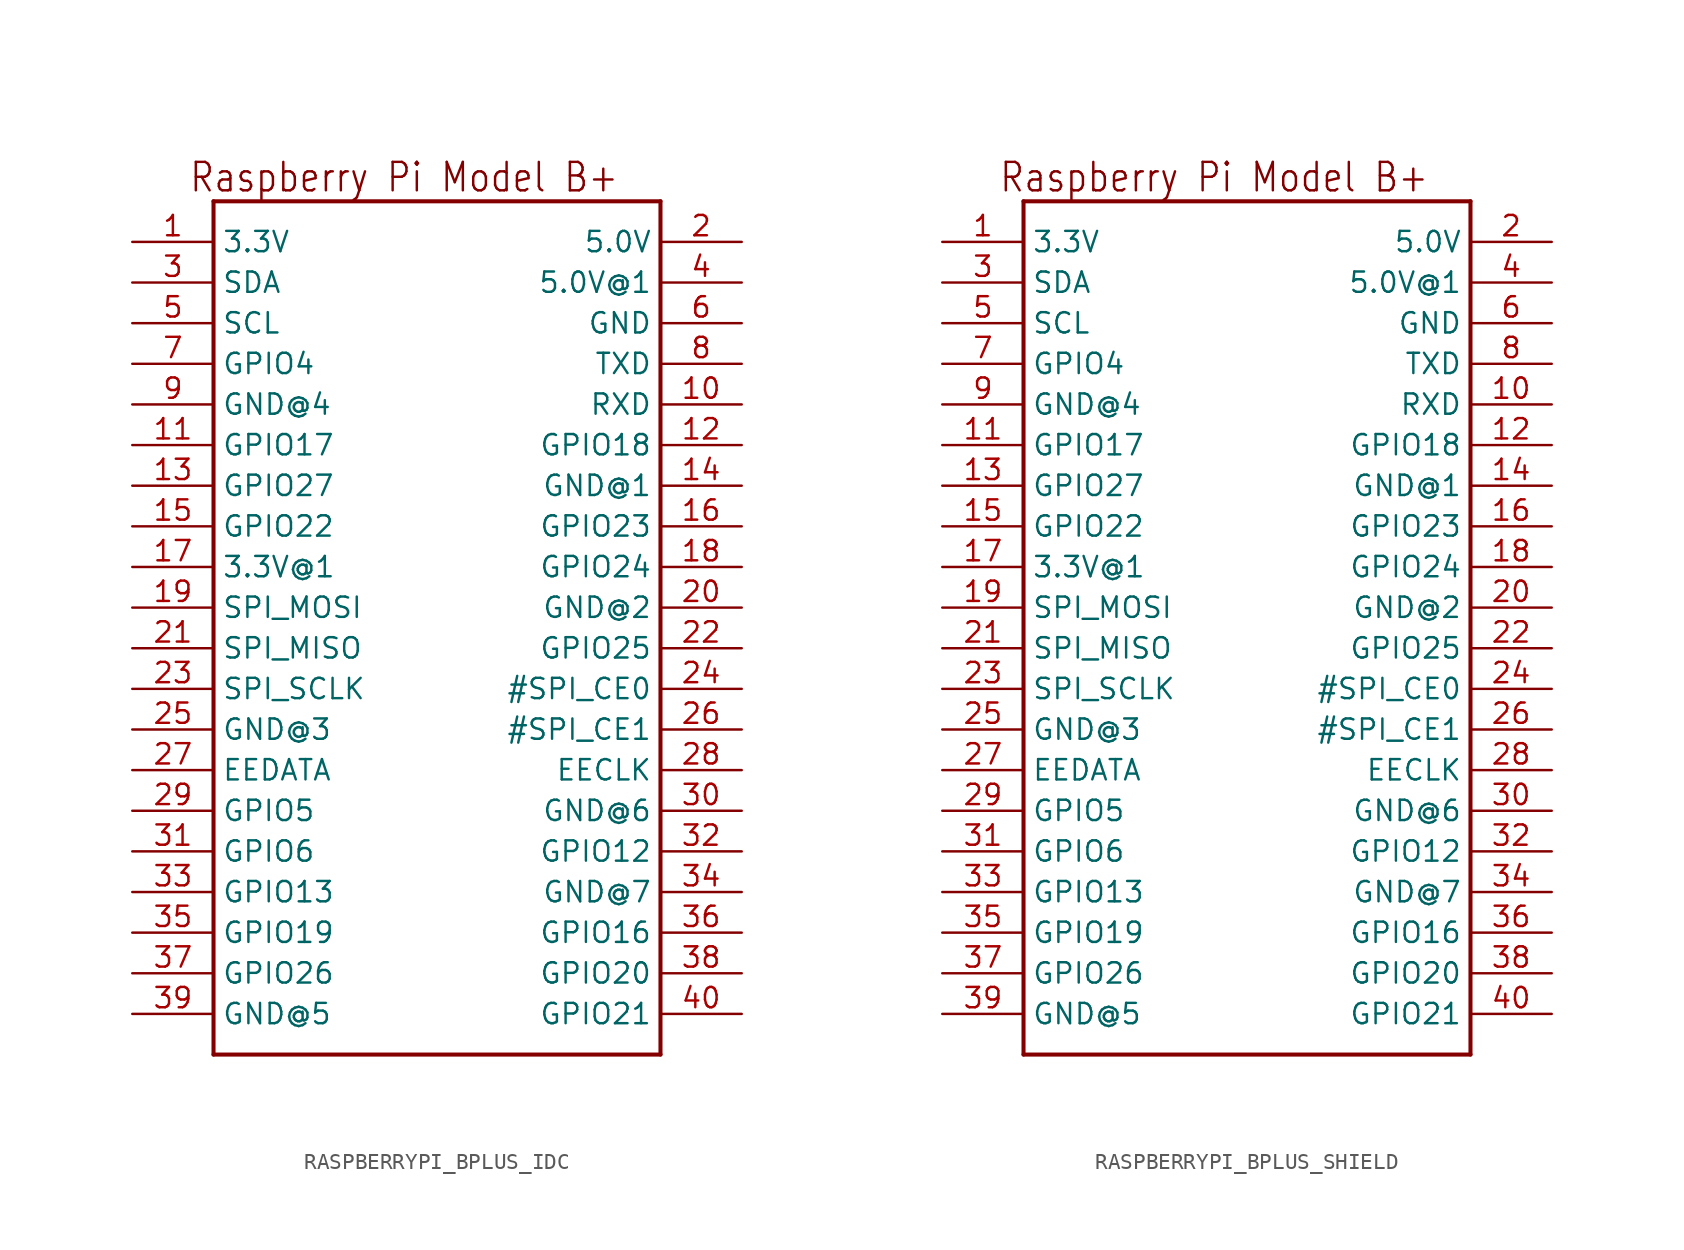
<source format=kicad_sym>
(kicad_symbol_lib
  (version 20220914)
  (generator kicad_symbol_editor)
  (symbol "RASPBERRYPI_BPLUS_IDC"
    (property "Reference" "RPI"
      (at 0 0 0)
      (effects (font (size 1.27 1.27)) hide))
    (property "ki_locked" ""
      (at 0 0 0)
      (effects (font (size 1.27 1.27))))
    (symbol "RASPBERRYPI_BPLUS_IDC_1_0"
      (polyline (pts (xy -12.7 -30.48) (xy -12.7 22.86)) (stroke (width 0.254) (type solid)) (fill (type none)))
      (polyline (pts (xy -12.7 22.86) (xy 15.24 22.86)) (stroke (width 0.254) (type solid)) (fill (type none)))
      (polyline (pts (xy 15.24 -30.48) (xy -12.7 -30.48)) (stroke (width 0.254) (type solid)) (fill (type none)))
      (polyline (pts (xy 15.24 22.86) (xy 15.24 -30.48)) (stroke (width 0.254) (type solid)) (fill (type none)))
      (text "Raspberry Pi Model B+" (at 12.7 25.4 0) (effects (font (size 1.778 1.511)) (justify right top)))
      (pin power_in line (at -17.78 20.32 0) (length 5.08) (name "3.3V" (effects (font (size 1.27 1.27)))) (number "1" (effects (font (size 1.27 1.27)))))
      (pin bidirectional line (at 20.32 10.16 180) (length 5.08) (name "RXD" (effects (font (size 1.27 1.27)))) (number "10" (effects (font (size 1.27 1.27)))))
      (pin bidirectional line (at -17.78 7.62 0) (length 5.08) (name "GPIO17" (effects (font (size 1.27 1.27)))) (number "11" (effects (font (size 1.27 1.27)))))
      (pin bidirectional line (at 20.32 7.62 180) (length 5.08) (name "GPIO18" (effects (font (size 1.27 1.27)))) (number "12" (effects (font (size 1.27 1.27)))))
      (pin bidirectional line (at -17.78 5.08 0) (length 5.08) (name "GPIO27" (effects (font (size 1.27 1.27)))) (number "13" (effects (font (size 1.27 1.27)))))
      (pin power_in line (at 20.32 5.08 180) (length 5.08) (name "GND@1" (effects (font (size 1.27 1.27)))) (number "14" (effects (font (size 1.27 1.27)))))
      (pin bidirectional line (at -17.78 2.54 0) (length 5.08) (name "GPIO22" (effects (font (size 1.27 1.27)))) (number "15" (effects (font (size 1.27 1.27)))))
      (pin bidirectional line (at 20.32 2.54 180) (length 5.08) (name "GPIO23" (effects (font (size 1.27 1.27)))) (number "16" (effects (font (size 1.27 1.27)))))
      (pin power_in line (at -17.78 0 0) (length 5.08) (name "3.3V@1" (effects (font (size 1.27 1.27)))) (number "17" (effects (font (size 1.27 1.27)))))
      (pin bidirectional line (at 20.32 0 180) (length 5.08) (name "GPIO24" (effects (font (size 1.27 1.27)))) (number "18" (effects (font (size 1.27 1.27)))))
      (pin bidirectional line (at -17.78 -2.54 0) (length 5.08) (name "SPI_MOSI" (effects (font (size 1.27 1.27)))) (number "19" (effects (font (size 1.27 1.27)))))
      (pin power_in line (at 20.32 20.32 180) (length 5.08) (name "5.0V" (effects (font (size 1.27 1.27)))) (number "2" (effects (font (size 1.27 1.27)))))
      (pin power_in line (at 20.32 -2.54 180) (length 5.08) (name "GND@2" (effects (font (size 1.27 1.27)))) (number "20" (effects (font (size 1.27 1.27)))))
      (pin bidirectional line (at -17.78 -5.08 0) (length 5.08) (name "SPI_MISO" (effects (font (size 1.27 1.27)))) (number "21" (effects (font (size 1.27 1.27)))))
      (pin bidirectional line (at 20.32 -5.08 180) (length 5.08) (name "GPIO25" (effects (font (size 1.27 1.27)))) (number "22" (effects (font (size 1.27 1.27)))))
      (pin bidirectional line (at -17.78 -7.62 0) (length 5.08) (name "SPI_SCLK" (effects (font (size 1.27 1.27)))) (number "23" (effects (font (size 1.27 1.27)))))
      (pin bidirectional line (at 20.32 -7.62 180) (length 5.08) (name "#SPI_CE0" (effects (font (size 1.27 1.27)))) (number "24" (effects (font (size 1.27 1.27)))))
      (pin power_in line (at -17.78 -10.16 0) (length 5.08) (name "GND@3" (effects (font (size 1.27 1.27)))) (number "25" (effects (font (size 1.27 1.27)))))
      (pin bidirectional line (at 20.32 -10.16 180) (length 5.08) (name "#SPI_CE1" (effects (font (size 1.27 1.27)))) (number "26" (effects (font (size 1.27 1.27)))))
      (pin bidirectional line (at -17.78 -12.7 0) (length 5.08) (name "EEDATA" (effects (font (size 1.27 1.27)))) (number "27" (effects (font (size 1.27 1.27)))))
      (pin bidirectional line (at 20.32 -12.7 180) (length 5.08) (name "EECLK" (effects (font (size 1.27 1.27)))) (number "28" (effects (font (size 1.27 1.27)))))
      (pin bidirectional line (at -17.78 -15.24 0) (length 5.08) (name "GPIO5" (effects (font (size 1.27 1.27)))) (number "29" (effects (font (size 1.27 1.27)))))
      (pin bidirectional line (at -17.78 17.78 0) (length 5.08) (name "SDA" (effects (font (size 1.27 1.27)))) (number "3" (effects (font (size 1.27 1.27)))))
      (pin power_in line (at 20.32 -15.24 180) (length 5.08) (name "GND@6" (effects (font (size 1.27 1.27)))) (number "30" (effects (font (size 1.27 1.27)))))
      (pin bidirectional line (at -17.78 -17.78 0) (length 5.08) (name "GPIO6" (effects (font (size 1.27 1.27)))) (number "31" (effects (font (size 1.27 1.27)))))
      (pin bidirectional line (at 20.32 -17.78 180) (length 5.08) (name "GPIO12" (effects (font (size 1.27 1.27)))) (number "32" (effects (font (size 1.27 1.27)))))
      (pin bidirectional line (at -17.78 -20.32 0) (length 5.08) (name "GPIO13" (effects (font (size 1.27 1.27)))) (number "33" (effects (font (size 1.27 1.27)))))
      (pin power_in line (at 20.32 -20.32 180) (length 5.08) (name "GND@7" (effects (font (size 1.27 1.27)))) (number "34" (effects (font (size 1.27 1.27)))))
      (pin bidirectional line (at -17.78 -22.86 0) (length 5.08) (name "GPIO19" (effects (font (size 1.27 1.27)))) (number "35" (effects (font (size 1.27 1.27)))))
      (pin bidirectional line (at 20.32 -22.86 180) (length 5.08) (name "GPIO16" (effects (font (size 1.27 1.27)))) (number "36" (effects (font (size 1.27 1.27)))))
      (pin bidirectional line (at -17.78 -25.4 0) (length 5.08) (name "GPIO26" (effects (font (size 1.27 1.27)))) (number "37" (effects (font (size 1.27 1.27)))))
      (pin bidirectional line (at 20.32 -25.4 180) (length 5.08) (name "GPIO20" (effects (font (size 1.27 1.27)))) (number "38" (effects (font (size 1.27 1.27)))))
      (pin power_in line (at -17.78 -27.94 0) (length 5.08) (name "GND@5" (effects (font (size 1.27 1.27)))) (number "39" (effects (font (size 1.27 1.27)))))
      (pin power_in line (at 20.32 17.78 180) (length 5.08) (name "5.0V@1" (effects (font (size 1.27 1.27)))) (number "4" (effects (font (size 1.27 1.27)))))
      (pin bidirectional line (at 20.32 -27.94 180) (length 5.08) (name "GPIO21" (effects (font (size 1.27 1.27)))) (number "40" (effects (font (size 1.27 1.27)))))
      (pin bidirectional line (at -17.78 15.24 0) (length 5.08) (name "SCL" (effects (font (size 1.27 1.27)))) (number "5" (effects (font (size 1.27 1.27)))))
      (pin power_in line (at 20.32 15.24 180) (length 5.08) (name "GND" (effects (font (size 1.27 1.27)))) (number "6" (effects (font (size 1.27 1.27)))))
      (pin bidirectional line (at -17.78 12.7 0) (length 5.08) (name "GPIO4" (effects (font (size 1.27 1.27)))) (number "7" (effects (font (size 1.27 1.27)))))
      (pin bidirectional line (at 20.32 12.7 180) (length 5.08) (name "TXD" (effects (font (size 1.27 1.27)))) (number "8" (effects (font (size 1.27 1.27)))))
      (pin power_in line (at -17.78 10.16 0) (length 5.08) (name "GND@4" (effects (font (size 1.27 1.27)))) (number "9" (effects (font (size 1.27 1.27)))))))
  (symbol "RASPBERRYPI_BPLUS_SHIELD"
    (property "Reference" "RPI"
      (at 0 0 0)
      (effects (font (size 1.27 1.27)) hide))
    (property "ki_locked" ""
      (at 0 0 0)
      (effects (font (size 1.27 1.27))))
    (symbol "RASPBERRYPI_BPLUS_SHIELD_1_0"
      (polyline (pts (xy -12.7 -30.48) (xy -12.7 22.86)) (stroke (width 0.254) (type solid)) (fill (type none)))
      (polyline (pts (xy -12.7 22.86) (xy 15.24 22.86)) (stroke (width 0.254) (type solid)) (fill (type none)))
      (polyline (pts (xy 15.24 -30.48) (xy -12.7 -30.48)) (stroke (width 0.254) (type solid)) (fill (type none)))
      (polyline (pts (xy 15.24 22.86) (xy 15.24 -30.48)) (stroke (width 0.254) (type solid)) (fill (type none)))
      (text "Raspberry Pi Model B+" (at 12.7 25.4 0) (effects (font (size 1.778 1.511)) (justify right top)))
      (pin power_in line (at -17.78 20.32 0) (length 5.08) (name "3.3V" (effects (font (size 1.27 1.27)))) (number "1" (effects (font (size 1.27 1.27)))))
      (pin bidirectional line (at 20.32 10.16 180) (length 5.08) (name "RXD" (effects (font (size 1.27 1.27)))) (number "10" (effects (font (size 1.27 1.27)))))
      (pin bidirectional line (at -17.78 7.62 0) (length 5.08) (name "GPIO17" (effects (font (size 1.27 1.27)))) (number "11" (effects (font (size 1.27 1.27)))))
      (pin bidirectional line (at 20.32 7.62 180) (length 5.08) (name "GPIO18" (effects (font (size 1.27 1.27)))) (number "12" (effects (font (size 1.27 1.27)))))
      (pin bidirectional line (at -17.78 5.08 0) (length 5.08) (name "GPIO27" (effects (font (size 1.27 1.27)))) (number "13" (effects (font (size 1.27 1.27)))))
      (pin power_in line (at 20.32 5.08 180) (length 5.08) (name "GND@1" (effects (font (size 1.27 1.27)))) (number "14" (effects (font (size 1.27 1.27)))))
      (pin bidirectional line (at -17.78 2.54 0) (length 5.08) (name "GPIO22" (effects (font (size 1.27 1.27)))) (number "15" (effects (font (size 1.27 1.27)))))
      (pin bidirectional line (at 20.32 2.54 180) (length 5.08) (name "GPIO23" (effects (font (size 1.27 1.27)))) (number "16" (effects (font (size 1.27 1.27)))))
      (pin power_in line (at -17.78 0 0) (length 5.08) (name "3.3V@1" (effects (font (size 1.27 1.27)))) (number "17" (effects (font (size 1.27 1.27)))))
      (pin bidirectional line (at 20.32 0 180) (length 5.08) (name "GPIO24" (effects (font (size 1.27 1.27)))) (number "18" (effects (font (size 1.27 1.27)))))
      (pin bidirectional line (at -17.78 -2.54 0) (length 5.08) (name "SPI_MOSI" (effects (font (size 1.27 1.27)))) (number "19" (effects (font (size 1.27 1.27)))))
      (pin power_in line (at 20.32 20.32 180) (length 5.08) (name "5.0V" (effects (font (size 1.27 1.27)))) (number "2" (effects (font (size 1.27 1.27)))))
      (pin power_in line (at 20.32 -2.54 180) (length 5.08) (name "GND@2" (effects (font (size 1.27 1.27)))) (number "20" (effects (font (size 1.27 1.27)))))
      (pin bidirectional line (at -17.78 -5.08 0) (length 5.08) (name "SPI_MISO" (effects (font (size 1.27 1.27)))) (number "21" (effects (font (size 1.27 1.27)))))
      (pin bidirectional line (at 20.32 -5.08 180) (length 5.08) (name "GPIO25" (effects (font (size 1.27 1.27)))) (number "22" (effects (font (size 1.27 1.27)))))
      (pin bidirectional line (at -17.78 -7.62 0) (length 5.08) (name "SPI_SCLK" (effects (font (size 1.27 1.27)))) (number "23" (effects (font (size 1.27 1.27)))))
      (pin bidirectional line (at 20.32 -7.62 180) (length 5.08) (name "#SPI_CE0" (effects (font (size 1.27 1.27)))) (number "24" (effects (font (size 1.27 1.27)))))
      (pin power_in line (at -17.78 -10.16 0) (length 5.08) (name "GND@3" (effects (font (size 1.27 1.27)))) (number "25" (effects (font (size 1.27 1.27)))))
      (pin bidirectional line (at 20.32 -10.16 180) (length 5.08) (name "#SPI_CE1" (effects (font (size 1.27 1.27)))) (number "26" (effects (font (size 1.27 1.27)))))
      (pin bidirectional line (at -17.78 -12.7 0) (length 5.08) (name "EEDATA" (effects (font (size 1.27 1.27)))) (number "27" (effects (font (size 1.27 1.27)))))
      (pin bidirectional line (at 20.32 -12.7 180) (length 5.08) (name "EECLK" (effects (font (size 1.27 1.27)))) (number "28" (effects (font (size 1.27 1.27)))))
      (pin bidirectional line (at -17.78 -15.24 0) (length 5.08) (name "GPIO5" (effects (font (size 1.27 1.27)))) (number "29" (effects (font (size 1.27 1.27)))))
      (pin bidirectional line (at -17.78 17.78 0) (length 5.08) (name "SDA" (effects (font (size 1.27 1.27)))) (number "3" (effects (font (size 1.27 1.27)))))
      (pin power_in line (at 20.32 -15.24 180) (length 5.08) (name "GND@6" (effects (font (size 1.27 1.27)))) (number "30" (effects (font (size 1.27 1.27)))))
      (pin bidirectional line (at -17.78 -17.78 0) (length 5.08) (name "GPIO6" (effects (font (size 1.27 1.27)))) (number "31" (effects (font (size 1.27 1.27)))))
      (pin bidirectional line (at 20.32 -17.78 180) (length 5.08) (name "GPIO12" (effects (font (size 1.27 1.27)))) (number "32" (effects (font (size 1.27 1.27)))))
      (pin bidirectional line (at -17.78 -20.32 0) (length 5.08) (name "GPIO13" (effects (font (size 1.27 1.27)))) (number "33" (effects (font (size 1.27 1.27)))))
      (pin power_in line (at 20.32 -20.32 180) (length 5.08) (name "GND@7" (effects (font (size 1.27 1.27)))) (number "34" (effects (font (size 1.27 1.27)))))
      (pin bidirectional line (at -17.78 -22.86 0) (length 5.08) (name "GPIO19" (effects (font (size 1.27 1.27)))) (number "35" (effects (font (size 1.27 1.27)))))
      (pin bidirectional line (at 20.32 -22.86 180) (length 5.08) (name "GPIO16" (effects (font (size 1.27 1.27)))) (number "36" (effects (font (size 1.27 1.27)))))
      (pin bidirectional line (at -17.78 -25.4 0) (length 5.08) (name "GPIO26" (effects (font (size 1.27 1.27)))) (number "37" (effects (font (size 1.27 1.27)))))
      (pin bidirectional line (at 20.32 -25.4 180) (length 5.08) (name "GPIO20" (effects (font (size 1.27 1.27)))) (number "38" (effects (font (size 1.27 1.27)))))
      (pin power_in line (at -17.78 -27.94 0) (length 5.08) (name "GND@5" (effects (font (size 1.27 1.27)))) (number "39" (effects (font (size 1.27 1.27)))))
      (pin power_in line (at 20.32 17.78 180) (length 5.08) (name "5.0V@1" (effects (font (size 1.27 1.27)))) (number "4" (effects (font (size 1.27 1.27)))))
      (pin bidirectional line (at 20.32 -27.94 180) (length 5.08) (name "GPIO21" (effects (font (size 1.27 1.27)))) (number "40" (effects (font (size 1.27 1.27)))))
      (pin bidirectional line (at -17.78 15.24 0) (length 5.08) (name "SCL" (effects (font (size 1.27 1.27)))) (number "5" (effects (font (size 1.27 1.27)))))
      (pin power_in line (at 20.32 15.24 180) (length 5.08) (name "GND" (effects (font (size 1.27 1.27)))) (number "6" (effects (font (size 1.27 1.27)))))
      (pin bidirectional line (at -17.78 12.7 0) (length 5.08) (name "GPIO4" (effects (font (size 1.27 1.27)))) (number "7" (effects (font (size 1.27 1.27)))))
      (pin bidirectional line (at 20.32 12.7 180) (length 5.08) (name "TXD" (effects (font (size 1.27 1.27)))) (number "8" (effects (font (size 1.27 1.27)))))
      (pin power_in line (at -17.78 10.16 0) (length 5.08) (name "GND@4" (effects (font (size 1.27 1.27)))) (number "9" (effects (font (size 1.27 1.27))))))))
</source>
